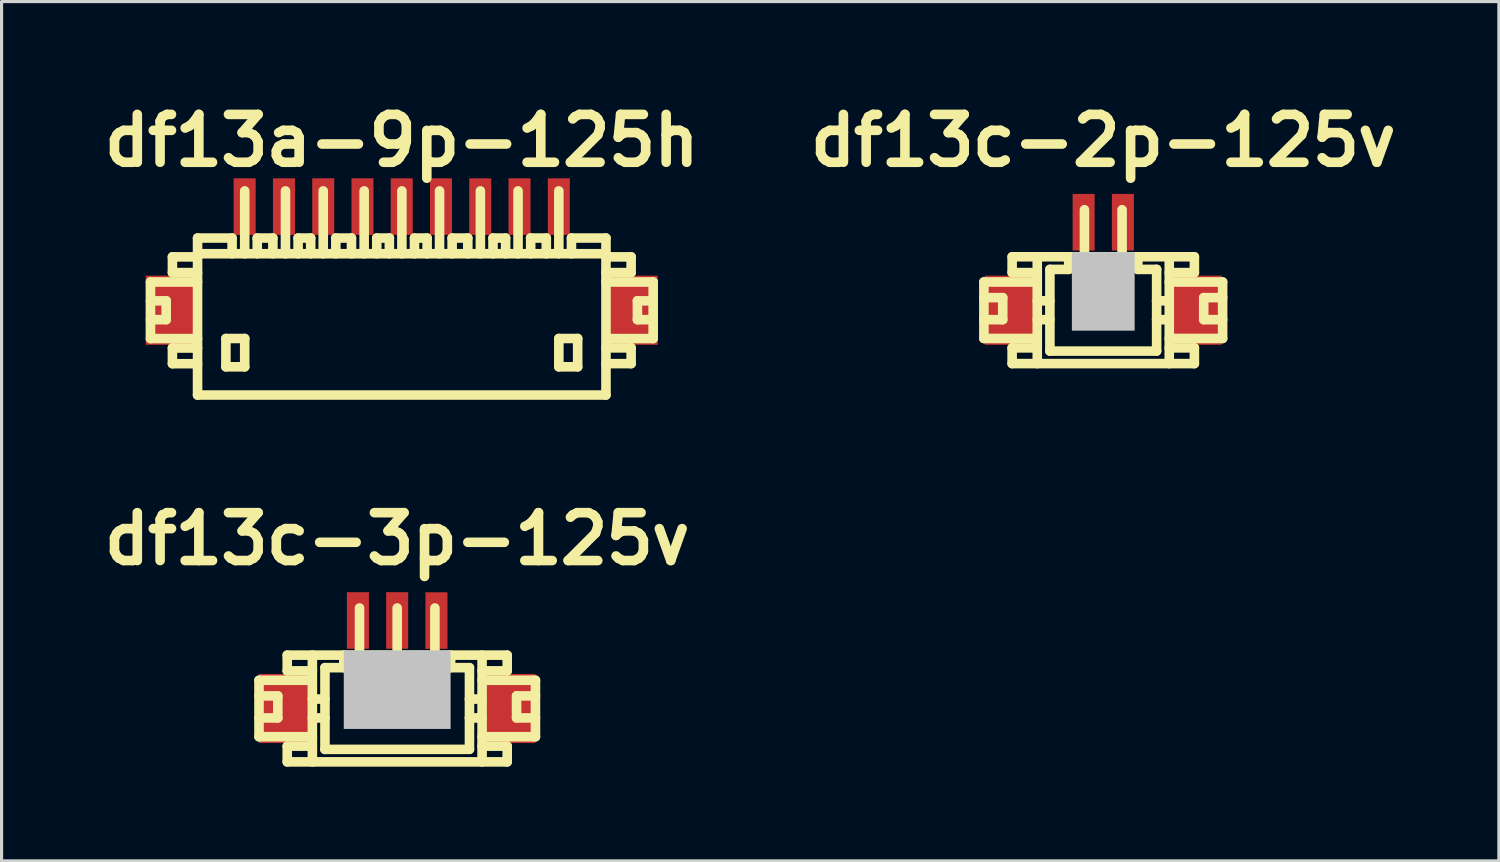
<source format=kicad_pcb>
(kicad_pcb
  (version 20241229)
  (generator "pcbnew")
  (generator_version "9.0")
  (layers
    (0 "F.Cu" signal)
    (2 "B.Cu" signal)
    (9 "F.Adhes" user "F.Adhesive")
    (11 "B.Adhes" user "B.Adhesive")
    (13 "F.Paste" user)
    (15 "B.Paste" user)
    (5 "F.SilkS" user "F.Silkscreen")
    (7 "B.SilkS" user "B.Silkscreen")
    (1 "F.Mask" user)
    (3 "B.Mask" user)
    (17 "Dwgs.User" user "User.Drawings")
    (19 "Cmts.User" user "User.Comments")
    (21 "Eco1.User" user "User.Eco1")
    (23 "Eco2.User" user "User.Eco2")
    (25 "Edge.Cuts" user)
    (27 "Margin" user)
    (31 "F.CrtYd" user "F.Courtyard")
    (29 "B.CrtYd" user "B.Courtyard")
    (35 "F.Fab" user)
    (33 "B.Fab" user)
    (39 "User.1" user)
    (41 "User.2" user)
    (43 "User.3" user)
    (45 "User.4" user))
  (footprint "df13a-9p-125h"
    (layer "F.Cu")
    (at 9.739 7.027)
    (property "Reference" "df13a-9p-125h" (at 0 -5.601 0) (layer "F.SilkS") (effects (font (size 1.524 1.524) (thickness 0.305))))
    (attr through_hole)
    (fp_line (start -7.998 -1.1) (end -7.998 0.701) (stroke (width 0.305) (type solid)) (layer "F.SilkS"))
    (fp_line (start -7.998 0.701) (end -6.5 0.701) (stroke (width 0.305) (type solid)) (layer "F.SilkS"))
    (fp_line (start -7.498 -0.5) (end -7.998 -0.5) (stroke (width 0.305) (type solid)) (layer "F.SilkS"))
    (fp_line (start -7.498 0.099) (end -7.998 0.099) (stroke (width 0.305) (type solid)) (layer "F.SilkS"))
    (fp_line (start -7.498 0.099) (end -7.498 -0.5) (stroke (width 0.305) (type solid)) (layer "F.SilkS"))
    (fp_line (start -7.3 -1.9) (end -7.3 -1.4) (stroke (width 0.305) (type solid)) (layer "F.SilkS"))
    (fp_line (start -7.3 -1.9) (end -6.5 -1.9) (stroke (width 0.305) (type solid)) (layer "F.SilkS"))
    (fp_line (start -7.3 1.001) (end -7.3 1.501) (stroke (width 0.305) (type solid)) (layer "F.SilkS"))
    (fp_line (start -7.3 1.501) (end -6.5 1.501) (stroke (width 0.305) (type solid)) (layer "F.SilkS"))
    (fp_line (start -6.5 -1.999) (end 6.5 -1.999) (stroke (width 0.305) (type solid)) (layer "F.SilkS"))
    (fp_line (start -6.5 -1.4) (end -7.3 -1.4) (stroke (width 0.305) (type solid)) (layer "F.SilkS"))
    (fp_line (start -6.5 -1.1) (end -7.998 -1.1) (stroke (width 0.305) (type solid)) (layer "F.SilkS"))
    (fp_line (start -6.5 1.001) (end -7.3 1.001) (stroke (width 0.305) (type solid)) (layer "F.SilkS"))
    (fp_line (start -6.5 2.499) (end -6.5 -2.499) (stroke (width 0.305) (type solid)) (layer "F.SilkS"))
    (fp_line (start -5.598 0.699) (end -5.598 1.6) (stroke (width 0.305) (type solid)) (layer "F.SilkS"))
    (fp_line (start -5.598 1.6) (end -4.999 1.6) (stroke (width 0.305) (type solid)) (layer "F.SilkS"))
    (fp_line (start -5.4 -2.499) (end -6.5 -2.499) (stroke (width 0.305) (type solid)) (layer "F.SilkS"))
    (fp_line (start -5.4 -2.499) (end -5.4 -1.999) (stroke (width 0.305) (type solid)) (layer "F.SilkS"))
    (fp_line (start -4.999 -4) (end -4.999 -1.999) (stroke (width 0.305) (type solid)) (layer "F.SilkS"))
    (fp_line (start -4.999 0.699) (end -5.598 0.699) (stroke (width 0.305) (type solid)) (layer "F.SilkS"))
    (fp_line (start -4.999 1.6) (end -4.999 0.699) (stroke (width 0.305) (type solid)) (layer "F.SilkS"))
    (fp_line (start -4.602 -2.499) (end -4.102 -2.499) (stroke (width 0.305) (type solid)) (layer "F.SilkS"))
    (fp_line (start -4.6 -1.999) (end -4.6 -2.499) (stroke (width 0.305) (type solid)) (layer "F.SilkS"))
    (fp_line (start -4.102 -2.499) (end -4.102 -1.999) (stroke (width 0.305) (type solid)) (layer "F.SilkS"))
    (fp_line (start -3.701 -1.999) (end -3.701 -4) (stroke (width 0.305) (type solid)) (layer "F.SilkS"))
    (fp_line (start -3.299 -2.499) (end -3.299 -1.999) (stroke (width 0.305) (type solid)) (layer "F.SilkS"))
    (fp_line (start -2.898 -2.499) (end -3.299 -2.499) (stroke (width 0.305) (type solid)) (layer "F.SilkS"))
    (fp_line (start -2.898 -2.499) (end -2.898 -1.999) (stroke (width 0.305) (type solid)) (layer "F.SilkS"))
    (fp_line (start -2.499 -1.999) (end -2.499 -4) (stroke (width 0.305) (type solid)) (layer "F.SilkS"))
    (fp_line (start -2.101 -2.499) (end -1.6 -2.499) (stroke (width 0.305) (type solid)) (layer "F.SilkS"))
    (fp_line (start -2.098 -1.999) (end -2.098 -2.499) (stroke (width 0.305) (type solid)) (layer "F.SilkS"))
    (fp_line (start -1.6 -2.499) (end -1.6 -1.999) (stroke (width 0.305) (type solid)) (layer "F.SilkS"))
    (fp_line (start -1.196 -1.999) (end -1.196 -4) (stroke (width 0.305) (type solid)) (layer "F.SilkS"))
    (fp_line (start -0.795 -2.499) (end -0.795 -1.999) (stroke (width 0.305) (type solid)) (layer "F.SilkS"))
    (fp_line (start -0.394 -2.499) (end -0.795 -2.499) (stroke (width 0.305) (type solid)) (layer "F.SilkS"))
    (fp_line (start -0.394 -2.499) (end -0.394 -1.999) (stroke (width 0.305) (type solid)) (layer "F.SilkS"))
    (fp_line (start 0.005 -1.999) (end 0.005 -4) (stroke (width 0.305) (type solid)) (layer "F.SilkS"))
    (fp_line (start 0.406 -2.499) (end 0.406 -1.999) (stroke (width 0.305) (type solid)) (layer "F.SilkS"))
    (fp_line (start 0.808 -2.499) (end 0.406 -2.499) (stroke (width 0.305) (type solid)) (layer "F.SilkS"))
    (fp_line (start 0.808 -2.499) (end 0.808 -1.999) (stroke (width 0.305) (type solid)) (layer "F.SilkS"))
    (fp_line (start 1.204 -1.999) (end 1.204 -4) (stroke (width 0.305) (type solid)) (layer "F.SilkS"))
    (fp_line (start 1.603 -2.499) (end 2.103 -2.499) (stroke (width 0.305) (type solid)) (layer "F.SilkS"))
    (fp_line (start 1.605 -1.999) (end 1.605 -2.499) (stroke (width 0.305) (type solid)) (layer "F.SilkS"))
    (fp_line (start 2.103 -2.499) (end 2.103 -1.999) (stroke (width 0.305) (type solid)) (layer "F.SilkS"))
    (fp_line (start 2.504 -1.999) (end 2.504 -4) (stroke (width 0.305) (type solid)) (layer "F.SilkS"))
    (fp_line (start 2.906 -2.499) (end 2.906 -1.999) (stroke (width 0.305) (type solid)) (layer "F.SilkS"))
    (fp_line (start 3.307 -2.499) (end 2.906 -2.499) (stroke (width 0.305) (type solid)) (layer "F.SilkS"))
    (fp_line (start 3.307 -2.499) (end 3.307 -1.999) (stroke (width 0.305) (type solid)) (layer "F.SilkS"))
    (fp_line (start 3.703 -1.999) (end 3.703 -4) (stroke (width 0.305) (type solid)) (layer "F.SilkS"))
    (fp_line (start 4.102 -2.499) (end 4.602 -2.499) (stroke (width 0.305) (type solid)) (layer "F.SilkS"))
    (fp_line (start 4.105 -1.999) (end 4.105 -2.499) (stroke (width 0.305) (type solid)) (layer "F.SilkS"))
    (fp_line (start 4.602 -2.499) (end 4.602 -1.999) (stroke (width 0.305) (type solid)) (layer "F.SilkS"))
    (fp_line (start 5.001 -1.999) (end 5.001 -4) (stroke (width 0.305) (type solid)) (layer "F.SilkS"))
    (fp_line (start 5.001 0.699) (end 5.601 0.699) (stroke (width 0.305) (type solid)) (layer "F.SilkS"))
    (fp_line (start 5.001 1.6) (end 5.001 0.699) (stroke (width 0.305) (type solid)) (layer "F.SilkS"))
    (fp_line (start 5.403 -2.499) (end 5.403 -1.999) (stroke (width 0.305) (type solid)) (layer "F.SilkS"))
    (fp_line (start 5.601 0.699) (end 5.601 1.6) (stroke (width 0.305) (type solid)) (layer "F.SilkS"))
    (fp_line (start 5.601 1.6) (end 5.001 1.6) (stroke (width 0.305) (type solid)) (layer "F.SilkS"))
    (fp_line (start 6.5 2.499) (end -6.5 2.499) (stroke (width 0.305) (type solid)) (layer "F.SilkS"))
    (fp_line (start 6.502 -2.499) (end 5.403 -2.499) (stroke (width 0.305) (type solid)) (layer "F.SilkS"))
    (fp_line (start 6.502 -2.499) (end 6.502 2.499) (stroke (width 0.305) (type solid)) (layer "F.SilkS"))
    (fp_line (start 6.502 -1.9) (end 7.303 -1.9) (stroke (width 0.305) (type solid)) (layer "F.SilkS"))
    (fp_line (start 6.502 0.998) (end 7.303 0.998) (stroke (width 0.305) (type solid)) (layer "F.SilkS"))
    (fp_line (start 7.303 -1.9) (end 7.303 -1.4) (stroke (width 0.305) (type solid)) (layer "F.SilkS"))
    (fp_line (start 7.303 -1.4) (end 6.502 -1.4) (stroke (width 0.305) (type solid)) (layer "F.SilkS"))
    (fp_line (start 7.303 0.998) (end 7.303 1.499) (stroke (width 0.305) (type solid)) (layer "F.SilkS"))
    (fp_line (start 7.303 1.499) (end 6.502 1.499) (stroke (width 0.305) (type solid)) (layer "F.SilkS"))
    (fp_line (start 7.503 0.099) (end 7.503 -0.5) (stroke (width 0.305) (type solid)) (layer "F.SilkS"))
    (fp_line (start 8.001 -1.1) (end 6.502 -1.1) (stroke (width 0.305) (type solid)) (layer "F.SilkS"))
    (fp_line (start 8.001 0.701) (end 6.601 0.701) (stroke (width 0.305) (type solid)) (layer "F.SilkS"))
    (fp_line (start 8.004 -1.1) (end 8.004 0.701) (stroke (width 0.305) (type solid)) (layer "F.SilkS"))
    (fp_line (start 8.004 -0.5) (end 7.503 -0.5) (stroke (width 0.305) (type solid)) (layer "F.SilkS"))
    (fp_line (start 8.004 0.099) (end 7.503 0.099) (stroke (width 0.305) (type solid)) (layer "F.SilkS"))
    (pad "" smd rect (at -7.351 -0.201) (size 1.6 2.2) (layers "F.Cu" "F.Mask" "F.Paste"))
    (pad "" smd rect (at 7.351 -0.201) (size 1.6 2.2) (layers "F.Cu" "F.Mask" "F.Paste"))
    (pad "1" smd rect (at 5.001 -3.5) (size 0.701 1.801) (layers "F.Cu" "F.Mask" "F.Paste"))
    (pad "2" smd rect (at 3.749 -3.5) (size 0.701 1.801) (layers "F.Cu" "F.Mask" "F.Paste"))
    (pad "3" smd rect (at 2.499 -3.5) (size 0.701 1.801) (layers "F.Cu" "F.Mask" "F.Paste"))
    (pad "4" smd rect (at 1.25 -3.5) (size 0.701 1.801) (layers "F.Cu" "F.Mask" "F.Paste"))
    (pad "5" smd rect (at 0 -3.5) (size 0.701 1.801) (layers "F.Cu" "F.Mask" "F.Paste"))
    (pad "6" smd rect (at -1.25 -3.5) (size 0.701 1.801) (layers "F.Cu" "F.Mask" "F.Paste"))
    (pad "7" smd rect (at -2.499 -3.5) (size 0.701 1.801) (layers "F.Cu" "F.Mask" "F.Paste"))
    (pad "8" smd rect (at -3.749 -3.5) (size 0.701 1.801) (layers "F.Cu" "F.Mask" "F.Paste"))
    (pad "9" smd rect (at -5.001 -3.5) (size 0.701 1.801) (layers "F.Cu" "F.Mask" "F.Paste")))
  (footprint "df13c-3p-125v"
    (layer "F.Cu")
    (at 9.594 18.705)
    (property "Reference" "df13c-3p-125v" (at 0 -4.6 0) (layer "F.SilkS") (effects (font (size 1.524 1.524) (thickness 0.305))))
    (attr through_hole)
    (fp_line (start -4.399 -0.099) (end -2.7 -0.099) (stroke (width 0.305) (type solid)) (layer "F.SilkS"))
    (fp_line (start -4.399 0.399) (end -3.8 0.399) (stroke (width 0.305) (type solid)) (layer "F.SilkS"))
    (fp_line (start -4.399 1.699) (end -4.399 -0.099) (stroke (width 0.305) (type solid)) (layer "F.SilkS"))
    (fp_line (start -4.399 1.699) (end -2.7 1.699) (stroke (width 0.305) (type solid)) (layer "F.SilkS"))
    (fp_line (start -3.8 0.399) (end -3.8 1.1) (stroke (width 0.305) (type solid)) (layer "F.SilkS"))
    (fp_line (start -3.8 1.1) (end -4.399 1.1) (stroke (width 0.305) (type solid)) (layer "F.SilkS"))
    (fp_line (start -3.5 -0.899) (end 3.5 -0.899) (stroke (width 0.305) (type solid)) (layer "F.SilkS"))
    (fp_line (start -3.5 -0.399) (end -3.5 -0.899) (stroke (width 0.305) (type solid)) (layer "F.SilkS"))
    (fp_line (start -3.5 2.499) (end -3.5 1.999) (stroke (width 0.305) (type solid)) (layer "F.SilkS"))
    (fp_line (start -3.5 2.499) (end 3.5 2.499) (stroke (width 0.305) (type solid)) (layer "F.SilkS"))
    (fp_line (start -2.7 -0.899) (end -2.7 2.499) (stroke (width 0.305) (type solid)) (layer "F.SilkS"))
    (fp_line (start -2.7 -0.399) (end -3.5 -0.399) (stroke (width 0.305) (type solid)) (layer "F.SilkS"))
    (fp_line (start -2.7 0.5) (end -2.299 0.5) (stroke (width 0.305) (type solid)) (layer "F.SilkS"))
    (fp_line (start -2.7 1.1) (end -2.299 1.1) (stroke (width 0.305) (type solid)) (layer "F.SilkS"))
    (fp_line (start -2.7 1.999) (end -3.5 1.999) (stroke (width 0.305) (type solid)) (layer "F.SilkS"))
    (fp_line (start -2.299 -0.5) (end -1.699 -0.5) (stroke (width 0.305) (type solid)) (layer "F.SilkS"))
    (fp_line (start -2.299 2.101) (end -2.299 -0.5) (stroke (width 0.305) (type solid)) (layer "F.SilkS"))
    (fp_line (start -1.699 -0.902) (end -1.699 -0.5) (stroke (width 0.305) (type solid)) (layer "F.SilkS"))
    (fp_line (start -1.3 0.998) (end -1.3 1.199) (stroke (width 0.305) (type solid)) (layer "F.SilkS"))
    (fp_line (start -1.3 1.199) (end -1.1 1.199) (stroke (width 0.305) (type solid)) (layer "F.SilkS"))
    (fp_line (start -1.199 -0.902) (end -1.199 -2.4) (stroke (width 0.305) (type solid)) (layer "F.SilkS"))
    (fp_line (start -1.1 0.998) (end -1.3 0.998) (stroke (width 0.305) (type solid)) (layer "F.SilkS"))
    (fp_line (start -1.1 1.199) (end -1.1 0.998) (stroke (width 0.305) (type solid)) (layer "F.SilkS"))
    (fp_line (start -0.099 1.001) (end 0.099 1.001) (stroke (width 0.305) (type solid)) (layer "F.SilkS"))
    (fp_line (start -0.099 1.199) (end -0.099 1.001) (stroke (width 0.305) (type solid)) (layer "F.SilkS"))
    (fp_line (start 0 -0.899) (end 0 -2.4) (stroke (width 0.305) (type solid)) (layer "F.SilkS"))
    (fp_line (start 0.099 1.001) (end 0.099 1.199) (stroke (width 0.305) (type solid)) (layer "F.SilkS"))
    (fp_line (start 0.099 1.199) (end -0.099 1.199) (stroke (width 0.305) (type solid)) (layer "F.SilkS"))
    (fp_line (start 1.102 0.998) (end 1.303 0.998) (stroke (width 0.305) (type solid)) (layer "F.SilkS"))
    (fp_line (start 1.102 1.199) (end 1.102 0.998) (stroke (width 0.305) (type solid)) (layer "F.SilkS"))
    (fp_line (start 1.201 -0.902) (end 1.201 -2.4) (stroke (width 0.305) (type solid)) (layer "F.SilkS"))
    (fp_line (start 1.303 0.998) (end 1.303 1.199) (stroke (width 0.305) (type solid)) (layer "F.SilkS"))
    (fp_line (start 1.303 1.199) (end 1.102 1.199) (stroke (width 0.305) (type solid)) (layer "F.SilkS"))
    (fp_line (start 1.702 -0.5) (end 1.702 -0.902) (stroke (width 0.305) (type solid)) (layer "F.SilkS"))
    (fp_line (start 2.299 1.1) (end 2.7 1.1) (stroke (width 0.305) (type solid)) (layer "F.SilkS"))
    (fp_line (start 2.301 -0.5) (end 1.702 -0.5) (stroke (width 0.305) (type solid)) (layer "F.SilkS"))
    (fp_line (start 2.301 2.098) (end 2.301 -0.5) (stroke (width 0.305) (type solid)) (layer "F.SilkS"))
    (fp_line (start 2.301 2.101) (end -2.301 2.101) (stroke (width 0.305) (type solid)) (layer "F.SilkS"))
    (fp_line (start 2.7 0.5) (end 2.299 0.5) (stroke (width 0.305) (type solid)) (layer "F.SilkS"))
    (fp_line (start 2.703 -0.899) (end 2.703 2.499) (stroke (width 0.305) (type solid)) (layer "F.SilkS"))
    (fp_line (start 3.503 -0.399) (end 2.703 -0.399) (stroke (width 0.305) (type solid)) (layer "F.SilkS"))
    (fp_line (start 3.503 -0.399) (end 3.503 -0.899) (stroke (width 0.305) (type solid)) (layer "F.SilkS"))
    (fp_line (start 3.503 1.999) (end 2.703 1.999) (stroke (width 0.305) (type solid)) (layer "F.SilkS"))
    (fp_line (start 3.503 2.499) (end 3.503 1.999) (stroke (width 0.305) (type solid)) (layer "F.SilkS"))
    (fp_line (start 3.8 0.399) (end 3.8 1.1) (stroke (width 0.305) (type solid)) (layer "F.SilkS"))
    (fp_line (start 3.802 0.399) (end 4.402 0.399) (stroke (width 0.305) (type solid)) (layer "F.SilkS"))
    (fp_line (start 3.802 1.1) (end 4.402 1.1) (stroke (width 0.305) (type solid)) (layer "F.SilkS"))
    (fp_line (start 4.402 -0.099) (end 2.703 -0.099) (stroke (width 0.305) (type solid)) (layer "F.SilkS"))
    (fp_line (start 4.402 -0.099) (end 4.402 1.699) (stroke (width 0.305) (type solid)) (layer "F.SilkS"))
    (fp_line (start 4.402 1.699) (end 2.703 1.699) (stroke (width 0.305) (type solid)) (layer "F.SilkS"))
    (pad "" smd rect (at -3.599 0.8) (size 1.6 2.2) (layers "F.Cu" "F.Mask" "F.Paste"))
    (pad "" smd rect (at 0 0.201) (size 3.401 2.499) (layers "Dwgs.User"))
    (pad "" smd rect (at 3.599 0.8) (size 1.6 2.2) (layers "F.Cu" "F.Mask" "F.Paste"))
    (pad "1" smd rect (at -1.25 -2.002) (size 0.701 1.801) (layers "F.Cu" "F.Mask" "F.Paste"))
    (pad "2" smd rect (at 0 -2.002) (size 0.701 1.801) (layers "F.Cu" "F.Mask" "F.Paste"))
    (pad "3" smd rect (at 1.25 -1.999) (size 0.701 1.801) (layers "F.Cu" "F.Mask" "F.Paste")))
  (footprint "df13c-2p-125v"
    (layer "F.Cu")
    (at 32.072 6.026)
    (property "Reference" "df13c-2p-125v" (at 0 -4.6 0) (layer "F.SilkS") (effects (font (size 1.524 1.524) (thickness 0.305))))
    (attr through_hole)
    (fp_line (start -3.8 -0.099) (end -2.101 -0.099) (stroke (width 0.305) (type solid)) (layer "F.SilkS"))
    (fp_line (start -3.8 0.399) (end -3.2 0.399) (stroke (width 0.305) (type solid)) (layer "F.SilkS"))
    (fp_line (start -3.8 1.699) (end -3.8 -0.099) (stroke (width 0.305) (type solid)) (layer "F.SilkS"))
    (fp_line (start -3.8 1.699) (end -2.101 1.699) (stroke (width 0.305) (type solid)) (layer "F.SilkS"))
    (fp_line (start -3.2 0.399) (end -3.2 1.1) (stroke (width 0.305) (type solid)) (layer "F.SilkS"))
    (fp_line (start -3.2 1.1) (end -3.8 1.1) (stroke (width 0.305) (type solid)) (layer "F.SilkS"))
    (fp_line (start -2.901 -0.902) (end 2.901 -0.902) (stroke (width 0.305) (type solid)) (layer "F.SilkS"))
    (fp_line (start -2.901 -0.399) (end -2.901 -0.899) (stroke (width 0.305) (type solid)) (layer "F.SilkS"))
    (fp_line (start -2.901 2.499) (end -2.901 1.999) (stroke (width 0.305) (type solid)) (layer "F.SilkS"))
    (fp_line (start -2.901 2.499) (end 2.901 2.499) (stroke (width 0.305) (type solid)) (layer "F.SilkS"))
    (fp_line (start -2.101 -0.899) (end -2.101 2.499) (stroke (width 0.305) (type solid)) (layer "F.SilkS"))
    (fp_line (start -2.101 -0.399) (end -2.901 -0.399) (stroke (width 0.305) (type solid)) (layer "F.SilkS"))
    (fp_line (start -2.101 0.5) (end -1.699 0.5) (stroke (width 0.305) (type solid)) (layer "F.SilkS"))
    (fp_line (start -2.101 1.1) (end -1.699 1.1) (stroke (width 0.305) (type solid)) (layer "F.SilkS"))
    (fp_line (start -2.101 1.999) (end -2.901 1.999) (stroke (width 0.305) (type solid)) (layer "F.SilkS"))
    (fp_line (start -1.699 -0.5) (end -1.1 -0.5) (stroke (width 0.305) (type solid)) (layer "F.SilkS"))
    (fp_line (start -1.699 2.101) (end -1.699 -0.5) (stroke (width 0.305) (type solid)) (layer "F.SilkS"))
    (fp_line (start -1.1 -0.902) (end -1.1 -0.5) (stroke (width 0.305) (type solid)) (layer "F.SilkS"))
    (fp_line (start -0.701 0.998) (end -0.701 1.199) (stroke (width 0.305) (type solid)) (layer "F.SilkS"))
    (fp_line (start -0.701 1.199) (end -0.5 1.199) (stroke (width 0.305) (type solid)) (layer "F.SilkS"))
    (fp_line (start -0.599 -0.902) (end -0.599 -2.4) (stroke (width 0.305) (type solid)) (layer "F.SilkS"))
    (fp_line (start -0.5 0.998) (end -0.701 0.998) (stroke (width 0.305) (type solid)) (layer "F.SilkS"))
    (fp_line (start -0.5 1.199) (end -0.5 0.998) (stroke (width 0.305) (type solid)) (layer "F.SilkS"))
    (fp_line (start 0.5 0.998) (end 0.701 0.998) (stroke (width 0.305) (type solid)) (layer "F.SilkS"))
    (fp_line (start 0.5 1.199) (end 0.5 0.998) (stroke (width 0.305) (type solid)) (layer "F.SilkS"))
    (fp_line (start 0.599 -0.902) (end 0.599 -2.4) (stroke (width 0.305) (type solid)) (layer "F.SilkS"))
    (fp_line (start 0.701 0.998) (end 0.701 1.199) (stroke (width 0.305) (type solid)) (layer "F.SilkS"))
    (fp_line (start 0.701 1.199) (end 0.5 1.199) (stroke (width 0.305) (type solid)) (layer "F.SilkS"))
    (fp_line (start 1.1 -0.5) (end 1.1 -0.902) (stroke (width 0.305) (type solid)) (layer "F.SilkS"))
    (fp_line (start 1.697 1.1) (end 2.098 1.1) (stroke (width 0.305) (type solid)) (layer "F.SilkS"))
    (fp_line (start 1.699 -0.5) (end 1.1 -0.5) (stroke (width 0.305) (type solid)) (layer "F.SilkS"))
    (fp_line (start 1.699 2.098) (end 1.699 -0.5) (stroke (width 0.305) (type solid)) (layer "F.SilkS"))
    (fp_line (start 1.699 2.101) (end -1.699 2.101) (stroke (width 0.305) (type solid)) (layer "F.SilkS"))
    (fp_line (start 2.098 0.5) (end 1.697 0.5) (stroke (width 0.305) (type solid)) (layer "F.SilkS"))
    (fp_line (start 2.101 -0.899) (end 2.101 2.499) (stroke (width 0.305) (type solid)) (layer "F.SilkS"))
    (fp_line (start 2.901 -0.399) (end 2.101 -0.399) (stroke (width 0.305) (type solid)) (layer "F.SilkS"))
    (fp_line (start 2.901 -0.399) (end 2.901 -0.899) (stroke (width 0.305) (type solid)) (layer "F.SilkS"))
    (fp_line (start 2.901 1.999) (end 2.101 1.999) (stroke (width 0.305) (type solid)) (layer "F.SilkS"))
    (fp_line (start 2.901 2.499) (end 2.901 1.999) (stroke (width 0.305) (type solid)) (layer "F.SilkS"))
    (fp_line (start 3.198 0.399) (end 3.198 1.1) (stroke (width 0.305) (type solid)) (layer "F.SilkS"))
    (fp_line (start 3.2 0.399) (end 3.8 0.399) (stroke (width 0.305) (type solid)) (layer "F.SilkS"))
    (fp_line (start 3.2 1.1) (end 3.8 1.1) (stroke (width 0.305) (type solid)) (layer "F.SilkS"))
    (fp_line (start 3.8 -0.099) (end 2.101 -0.099) (stroke (width 0.305) (type solid)) (layer "F.SilkS"))
    (fp_line (start 3.8 -0.099) (end 3.8 1.699) (stroke (width 0.305) (type solid)) (layer "F.SilkS"))
    (fp_line (start 3.8 1.699) (end 2.101 1.699) (stroke (width 0.305) (type solid)) (layer "F.SilkS"))
    (pad "" smd rect (at -2.974 0.8) (size 1.6 2.2) (layers "F.Cu" "F.Mask" "F.Paste"))
    (pad "" smd rect (at 0 0.201) (size 1.999 2.499) (layers "Dwgs.User"))
    (pad "" smd rect (at 2.974 0.8) (size 1.6 2.2) (layers "F.Cu" "F.Mask" "F.Paste"))
    (pad "1" smd rect (at -0.625 -2.002) (size 0.701 1.801) (layers "F.Cu" "F.Mask" "F.Paste"))
    (pad "2" smd rect (at 0.625 -2.002) (size 0.701 1.801) (layers "F.Cu" "F.Mask" "F.Paste")))
  (gr_rect
    (start -3 -3)
    (end 44.666 24.357)
    (stroke (width 0.1) (type default))
    (fill no)
    (layer "Edge.Cuts")))
</source>
